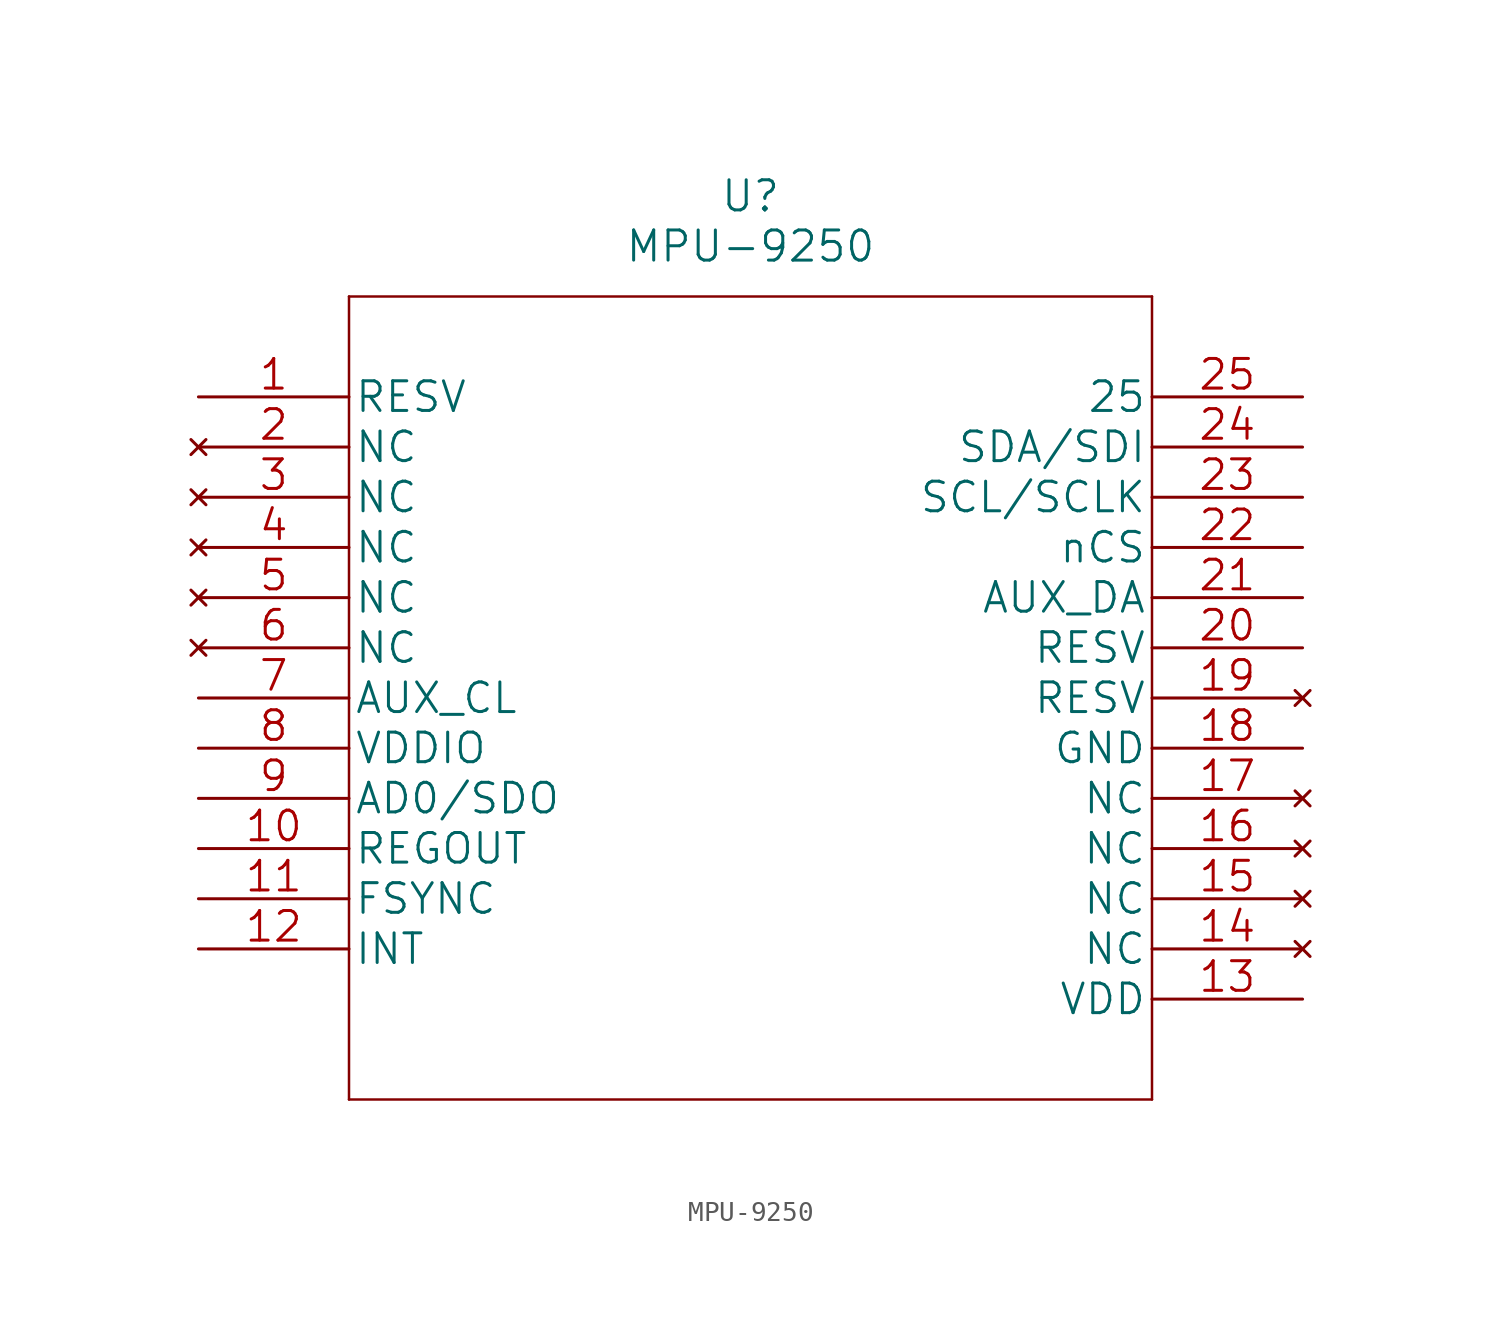
<source format=kicad_sym>
(kicad_symbol_lib
  (version 20211014)
  (generator kicad_symbol_editor)
  (symbol "MPU-9250"
    (pin_names
      (offset 0.254))
    (property "Reference" "U"
      (at 27.94 10.16 0)
      (effects (font (size 1.524 1.524))))
    (property "Value" "MPU-9250"
      (at 27.94 7.62 0)
      (effects (font (size 1.524 1.524))))
    (property "Datasheet" ""
      (at 0 0 0)
      (effects (font (size 1.524 1.524))))
    (property "ki_locked" ""
      (at 0 0 0)
      (effects (font (size 1.27 1.27))))
    (symbol "MPU-9250_1_1"
      (polyline (pts (xy 7.62 -35.56) (xy 48.26 -35.56)) (stroke (width 0.127) (type default) (color 0 0 0 0)) (fill (type none)))
      (polyline (pts (xy 7.62 5.08) (xy 7.62 -35.56)) (stroke (width 0.127) (type default) (color 0 0 0 0)) (fill (type none)))
      (polyline (pts (xy 48.26 -35.56) (xy 48.26 5.08)) (stroke (width 0.127) (type default) (color 0 0 0 0)) (fill (type none)))
      (polyline (pts (xy 48.26 5.08) (xy 7.62 5.08)) (stroke (width 0.127) (type default) (color 0 0 0 0)) (fill (type none)))
      (pin power_in line (at 0 0 0) (length 7.62) (name "RESV" (effects (font (size 1.499 1.499)))) (number "1" (effects (font (size 1.499 1.499)))))
      (pin unspecified line (at 0 -22.86 0) (length 7.62) (name "REGOUT" (effects (font (size 1.499 1.499)))) (number "10" (effects (font (size 1.499 1.499)))))
      (pin input line (at 0 -25.4 0) (length 7.62) (name "FSYNC" (effects (font (size 1.499 1.499)))) (number "11" (effects (font (size 1.499 1.499)))))
      (pin output line (at 0 -27.94 0) (length 7.62) (name "INT" (effects (font (size 1.499 1.499)))) (number "12" (effects (font (size 1.499 1.499)))))
      (pin power_in line (at 55.88 -30.48 180) (length 7.62) (name "VDD" (effects (font (size 1.499 1.499)))) (number "13" (effects (font (size 1.499 1.499)))))
      (pin no_connect line (at 55.88 -27.94 180) (length 7.62) (name "NC" (effects (font (size 1.499 1.499)))) (number "14" (effects (font (size 1.499 1.499)))))
      (pin no_connect line (at 55.88 -25.4 180) (length 7.62) (name "NC" (effects (font (size 1.499 1.499)))) (number "15" (effects (font (size 1.499 1.499)))))
      (pin no_connect line (at 55.88 -22.86 180) (length 7.62) (name "NC" (effects (font (size 1.499 1.499)))) (number "16" (effects (font (size 1.499 1.499)))))
      (pin no_connect line (at 55.88 -20.32 180) (length 7.62) (name "NC" (effects (font (size 1.499 1.499)))) (number "17" (effects (font (size 1.499 1.499)))))
      (pin power_in line (at 55.88 -17.78 180) (length 7.62) (name "GND" (effects (font (size 1.499 1.499)))) (number "18" (effects (font (size 1.499 1.499)))))
      (pin no_connect line (at 55.88 -15.24 180) (length 7.62) (name "RESV" (effects (font (size 1.499 1.499)))) (number "19" (effects (font (size 1.499 1.499)))))
      (pin no_connect line (at 0 -2.54 0) (length 7.62) (name "NC" (effects (font (size 1.499 1.499)))) (number "2" (effects (font (size 1.499 1.499)))))
      (pin power_in line (at 55.88 -12.7 180) (length 7.62) (name "RESV" (effects (font (size 1.499 1.499)))) (number "20" (effects (font (size 1.499 1.499)))))
      (pin unspecified line (at 55.88 -10.16 180) (length 7.62) (name "AUX_DA" (effects (font (size 1.499 1.499)))) (number "21" (effects (font (size 1.499 1.499)))))
      (pin unspecified line (at 55.88 -7.62 180) (length 7.62) (name "nCS" (effects (font (size 1.499 1.499)))) (number "22" (effects (font (size 1.499 1.499)))))
      (pin unspecified line (at 55.88 -5.08 180) (length 7.62) (name "SCL/SCLK" (effects (font (size 1.499 1.499)))) (number "23" (effects (font (size 1.499 1.499)))))
      (pin unspecified line (at 55.88 -2.54 180) (length 7.62) (name "SDA/SDI" (effects (font (size 1.499 1.499)))) (number "24" (effects (font (size 1.499 1.499)))))
      (pin unspecified line (at 55.88 0 180) (length 7.62) (name "25" (effects (font (size 1.499 1.499)))) (number "25" (effects (font (size 1.499 1.499)))))
      (pin no_connect line (at 0 -5.08 0) (length 7.62) (name "NC" (effects (font (size 1.499 1.499)))) (number "3" (effects (font (size 1.499 1.499)))))
      (pin no_connect line (at 0 -7.62 0) (length 7.62) (name "NC" (effects (font (size 1.499 1.499)))) (number "4" (effects (font (size 1.499 1.499)))))
      (pin no_connect line (at 0 -10.16 0) (length 7.62) (name "NC" (effects (font (size 1.499 1.499)))) (number "5" (effects (font (size 1.499 1.499)))))
      (pin no_connect line (at 0 -12.7 0) (length 7.62) (name "NC" (effects (font (size 1.499 1.499)))) (number "6" (effects (font (size 1.499 1.499)))))
      (pin unspecified line (at 0 -15.24 0) (length 7.62) (name "AUX_CL" (effects (font (size 1.499 1.499)))) (number "7" (effects (font (size 1.499 1.499)))))
      (pin power_in line (at 0 -17.78 0) (length 7.62) (name "VDDIO" (effects (font (size 1.499 1.499)))) (number "8" (effects (font (size 1.499 1.499)))))
      (pin bidirectional line (at 0 -20.32 0) (length 7.62) (name "AD0/SDO" (effects (font (size 1.499 1.499)))) (number "9" (effects (font (size 1.499 1.499))))))))
</source>
